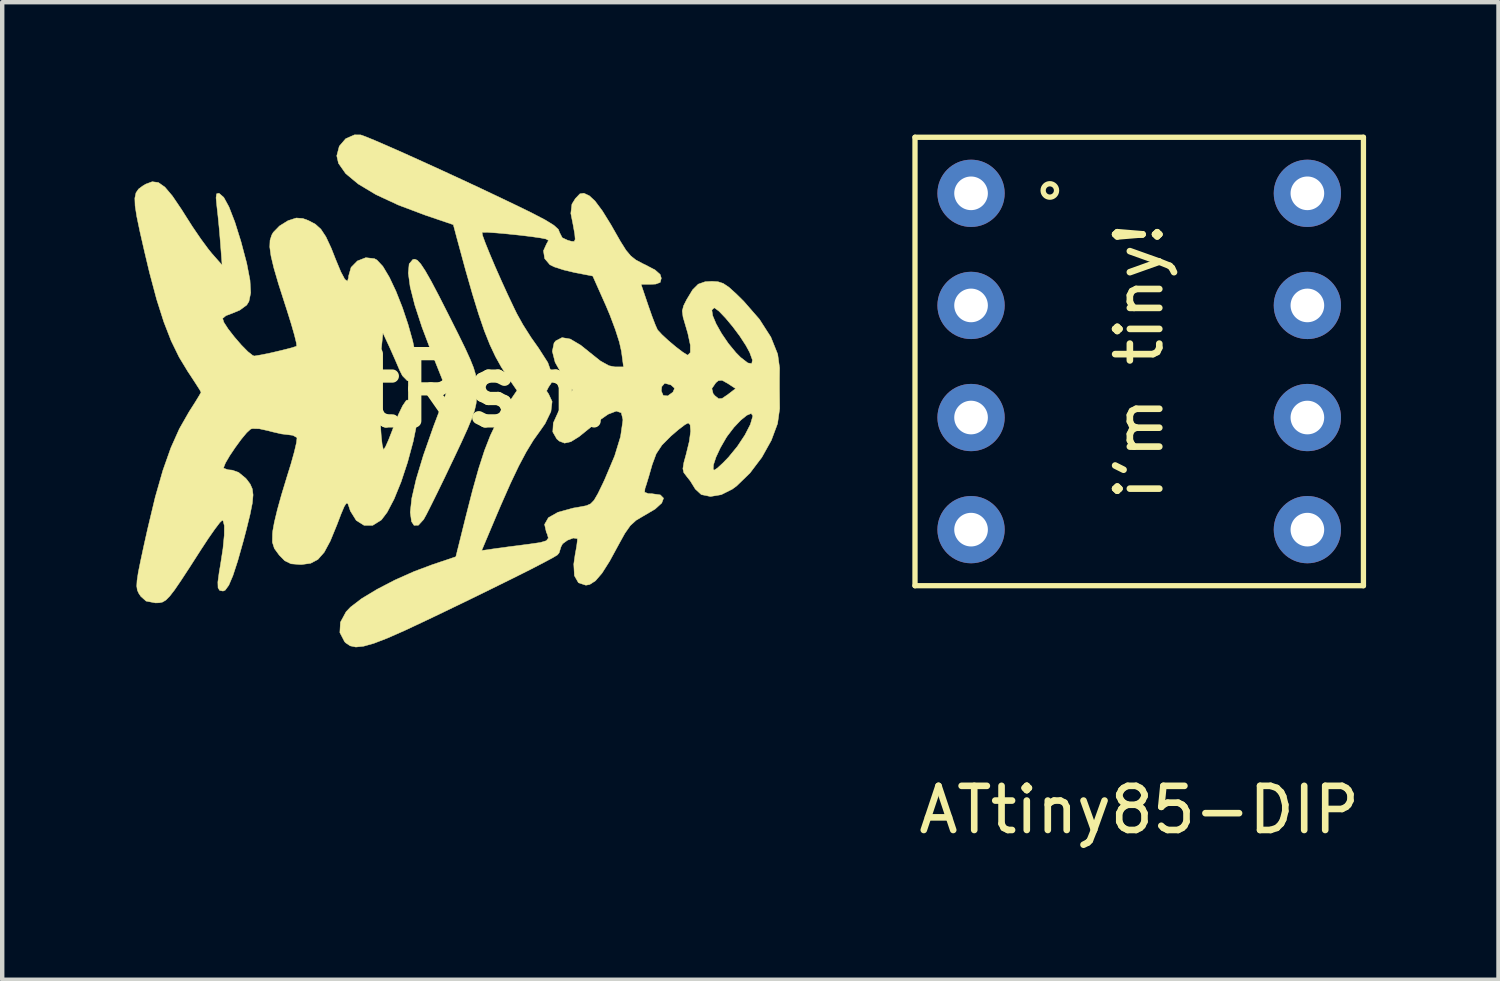
<source format=kicad_pcb>
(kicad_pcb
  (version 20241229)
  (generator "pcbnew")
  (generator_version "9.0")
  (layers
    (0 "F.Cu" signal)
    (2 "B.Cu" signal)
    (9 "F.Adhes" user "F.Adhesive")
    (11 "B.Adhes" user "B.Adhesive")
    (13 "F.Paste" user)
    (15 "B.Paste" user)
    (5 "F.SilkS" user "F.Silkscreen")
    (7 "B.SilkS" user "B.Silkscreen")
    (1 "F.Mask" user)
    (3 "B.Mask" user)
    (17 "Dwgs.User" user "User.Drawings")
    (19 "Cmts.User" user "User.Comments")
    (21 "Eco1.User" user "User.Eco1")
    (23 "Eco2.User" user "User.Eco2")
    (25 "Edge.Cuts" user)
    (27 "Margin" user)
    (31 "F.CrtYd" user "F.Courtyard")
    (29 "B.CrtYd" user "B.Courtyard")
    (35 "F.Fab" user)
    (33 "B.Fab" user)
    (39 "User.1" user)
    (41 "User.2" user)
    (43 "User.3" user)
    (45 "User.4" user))
  (footprint "atRsm"
    (layer "F.Cu")
    (at 7.254 5.797)
    (property "Reference" "atRsm" (at 0 0 0) (layer "F.SilkS") (effects (font (size 1.524 1.524) (thickness 0.3))))
    (attr through_hole)
    (fp_poly (pts (xy -0.848 -2.95) (xy -0.772 -2.867) (xy -0.67 -2.713) (xy -0.535 -2.476) (xy -0.359 -2.142) (xy -0.137 -1.705) (xy 0.076 -1.281) (xy 0.235 -0.956) (xy 0.348 -0.708) (xy 0.424 -0.519) (xy 0.47 -0.366) (xy 0.493 -0.231) (xy 0.501 -0.093) (xy 0.501 -0.001) (xy 0.498 0.158) (xy 0.482 0.303) (xy 0.447 0.455) (xy 0.384 0.638) (xy 0.286 0.874) (xy 0.145 1.184) (xy -0.047 1.591) (xy -0.054 1.604) (xy -0.232 1.978) (xy -0.398 2.319) (xy -0.539 2.604) (xy -0.645 2.813) (xy -0.706 2.923) (xy -0.707 2.924) (xy -0.825 3.053) (xy -0.924 3.055) (xy -0.98 2.97) (xy -1.009 2.759) (xy -0.974 2.44) (xy -0.875 2.011) (xy -0.712 1.471) (xy -0.483 0.818) (xy -0.297 0.325) (xy -0.177 0.014) (xy -0.52 -0.845) (xy -0.743 -1.435) (xy -0.907 -1.938) (xy -1.011 -2.348) (xy -1.053 -2.66) (xy -1.034 -2.868) (xy -0.951 -2.967) (xy -0.905 -2.974) (xy -0.848 -2.95)) (stroke (width 0.01) (type solid)) (fill yes) (layer "F.SilkS"))
    (fp_poly (pts (xy -6.716 -4.712) (xy -6.568 -4.608) (xy -6.399 -4.408) (xy -6.191 -4.101) (xy -6.128 -4.001) (xy -5.943 -3.71) (xy -5.754 -3.433) (xy -5.588 -3.208) (xy -5.506 -3.106) (xy -5.272 -2.841) (xy -5.31 -3.342) (xy -5.335 -3.645) (xy -5.365 -3.947) (xy -5.39 -4.17) (xy -5.409 -4.366) (xy -5.396 -4.457) (xy -5.344 -4.468) (xy -5.34 -4.467) (xy -5.234 -4.375) (xy -5.116 -4.159) (xy -4.983 -3.816) (xy -4.845 -3.376) (xy -4.714 -2.882) (xy -4.64 -2.498) (xy -4.624 -2.213) (xy -4.664 -2.017) (xy -4.714 -1.936) (xy -4.87 -1.821) (xy -5.037 -1.751) (xy -5.185 -1.695) (xy -5.26 -1.633) (xy -5.26 -1.632) (xy -5.232 -1.544) (xy -5.135 -1.394) (xy -4.994 -1.213) (xy -4.837 -1.031) (xy -4.688 -0.88) (xy -4.576 -0.792) (xy -4.54 -0.781) (xy -4.38 -0.808) (xy -4.166 -0.852) (xy -3.94 -0.905) (xy -3.741 -0.955) (xy -3.61 -0.994) (xy -3.582 -1.007) (xy -3.59 -1.08) (xy -3.633 -1.256) (xy -3.706 -1.51) (xy -3.803 -1.821) (xy -3.843 -1.944) (xy -3.993 -2.412) (xy -4.099 -2.774) (xy -4.164 -3.047) (xy -4.192 -3.25) (xy -4.186 -3.402) (xy -4.148 -3.521) (xy -4.114 -3.581) (xy -3.972 -3.727) (xy -3.783 -3.845) (xy -3.771 -3.85) (xy -3.592 -3.908) (xy -3.442 -3.897) (xy -3.317 -3.851) (xy -3.16 -3.769) (xy -3.034 -3.655) (xy -2.92 -3.483) (xy -2.801 -3.228) (xy -2.699 -2.97) (xy -2.581 -2.686) (xy -2.492 -2.52) (xy -2.433 -2.475) (xy -2.407 -2.555) (xy -2.406 -2.592) (xy -2.35 -2.789) (xy -2.207 -2.935) (xy -2.017 -3.009) (xy -1.821 -2.987) (xy -1.765 -2.957) (xy -1.63 -2.813) (xy -1.483 -2.567) (xy -1.332 -2.247) (xy -1.187 -1.88) (xy -1.058 -1.495) (xy -0.953 -1.12) (xy -0.883 -0.782) (xy -0.857 -0.51) (xy -0.878 -0.345) (xy -0.964 -0.221) (xy -1.074 -0.219) (xy -1.186 -0.333) (xy -1.246 -0.451) (xy -1.341 -0.673) (xy -1.453 -0.926) (xy -1.488 -1.003) (xy -1.628 -1.303) (xy -1.682 -0.769) (xy -1.698 -0.53) (xy -1.705 -0.233) (xy -1.705 0.098) (xy -1.697 0.436) (xy -1.685 0.754) (xy -1.667 1.027) (xy -1.645 1.227) (xy -1.62 1.329) (xy -1.611 1.337) (xy -1.571 1.278) (xy -1.501 1.122) (xy -1.413 0.897) (xy -1.376 0.796) (xy -1.278 0.546) (xy -1.182 0.347) (xy -1.104 0.232) (xy -1.084 0.217) (xy -0.963 0.228) (xy -0.874 0.34) (xy -0.833 0.521) (xy -0.842 0.665) (xy -0.941 1.15) (xy -1.07 1.628) (xy -1.217 2.072) (xy -1.374 2.458) (xy -1.532 2.759) (xy -1.663 2.933) (xy -1.858 3.055) (xy -2.056 3.055) (xy -2.233 2.944) (xy -2.366 2.73) (xy -2.397 2.636) (xy -2.424 2.561) (xy -2.456 2.553) (xy -2.504 2.627) (xy -2.577 2.799) (xy -2.67 3.043) (xy -2.821 3.411) (xy -2.959 3.667) (xy -3.102 3.829) (xy -3.265 3.915) (xy -3.466 3.943) (xy -3.5 3.944) (xy -3.71 3.927) (xy -3.854 3.857) (xy -3.979 3.729) (xy -4.088 3.579) (xy -4.133 3.438) (xy -4.13 3.245) (xy -4.123 3.177) (xy -4.088 2.984) (xy -4.02 2.701) (xy -3.927 2.366) (xy -3.82 2.014) (xy -3.812 1.987) (xy -3.713 1.668) (xy -3.636 1.392) (xy -3.588 1.187) (xy -3.575 1.077) (xy -3.577 1.068) (xy -3.669 1.016) (xy -3.77 1.003) (xy -3.927 0.984) (xy -4.14 0.935) (xy -4.225 0.912) (xy -4.431 0.867) (xy -4.587 0.863) (xy -4.625 0.875) (xy -4.714 0.956) (xy -4.838 1.105) (xy -4.974 1.291) (xy -5.101 1.48) (xy -5.196 1.643) (xy -5.237 1.745) (xy -5.234 1.762) (xy -5.14 1.796) (xy -5.041 1.805) (xy -4.897 1.857) (xy -4.737 1.989) (xy -4.714 2.015) (xy -4.635 2.121) (xy -4.587 2.231) (xy -4.57 2.367) (xy -4.587 2.552) (xy -4.638 2.807) (xy -4.724 3.156) (xy -4.789 3.404) (xy -4.918 3.861) (xy -5.027 4.195) (xy -5.12 4.413) (xy -5.202 4.525) (xy -5.25 4.545) (xy -5.326 4.531) (xy -5.364 4.471) (xy -5.368 4.341) (xy -5.338 4.119) (xy -5.308 3.944) (xy -5.252 3.579) (xy -5.223 3.279) (xy -5.221 3.064) (xy -5.249 2.953) (xy -5.269 2.941) (xy -5.325 2.994) (xy -5.435 3.139) (xy -5.584 3.352) (xy -5.754 3.611) (xy -6.008 4.007) (xy -6.203 4.305) (xy -6.349 4.519) (xy -6.46 4.662) (xy -6.546 4.749) (xy -6.621 4.794) (xy -6.695 4.81) (xy -6.781 4.813) (xy -6.994 4.772) (xy -7.115 4.664) (xy -7.162 4.593) (xy -7.193 4.523) (xy -7.206 4.433) (xy -7.199 4.306) (xy -7.171 4.121) (xy -7.118 3.859) (xy -7.041 3.501) (xy -6.959 3.135) (xy -6.787 2.416) (xy -6.614 1.812) (xy -6.434 1.302) (xy -6.24 0.868) (xy -6.025 0.491) (xy -6.014 0.473) (xy -5.885 0.271) (xy -5.791 0.117) (xy -5.749 0.042) (xy -5.748 0.04) (xy -5.783 -0.022) (xy -5.875 -0.166) (xy -6.005 -0.365) (xy -6.043 -0.421) (xy -6.245 -0.754) (xy -6.426 -1.125) (xy -6.593 -1.555) (xy -6.755 -2.064) (xy -6.917 -2.672) (xy -7.03 -3.146) (xy -7.133 -3.597) (xy -7.204 -3.936) (xy -7.243 -4.184) (xy -7.249 -4.358) (xy -7.223 -4.479) (xy -7.164 -4.565) (xy -7.071 -4.634) (xy -7.001 -4.676) (xy -6.855 -4.73) (xy -6.716 -4.712)) (stroke (width 0.01) (type solid)) (fill yes) (layer "F.SilkS"))
    (fp_poly (pts (xy -2.133 -5.791) (xy -2.026 -5.753) (xy -1.816 -5.667) (xy -1.521 -5.539) (xy -1.158 -5.379) (xy -0.746 -5.193) (xy -0.303 -4.991) (xy 0.154 -4.78) (xy 0.608 -4.568) (xy 1.039 -4.364) (xy 1.431 -4.176) (xy 1.738 -4.026) (xy 2.045 -3.866) (xy 2.243 -3.744) (xy 2.347 -3.65) (xy 2.373 -3.581) (xy 2.435 -3.46) (xy 2.564 -3.401) (xy 2.653 -3.377) (xy 2.707 -3.378) (xy 2.728 -3.426) (xy 2.718 -3.543) (xy 2.681 -3.751) (xy 2.629 -4.013) (xy 2.654 -4.222) (xy 2.731 -4.347) (xy 2.835 -4.456) (xy 2.925 -4.469) (xy 3.048 -4.412) (xy 3.176 -4.294) (xy 3.344 -4.069) (xy 3.54 -3.752) (xy 3.591 -3.662) (xy 3.755 -3.375) (xy 3.879 -3.178) (xy 3.988 -3.048) (xy 4.104 -2.956) (xy 4.252 -2.877) (xy 4.316 -2.847) (xy 4.539 -2.73) (xy 4.653 -2.629) (xy 4.679 -2.544) (xy 4.654 -2.449) (xy 4.553 -2.411) (xy 4.45 -2.406) (xy 4.22 -2.406) (xy 4.384 -1.922) (xy 4.469 -1.68) (xy 4.543 -1.487) (xy 4.592 -1.377) (xy 4.597 -1.37) (xy 4.692 -1.267) (xy 4.841 -1.129) (xy 5.01 -0.987) (xy 5.163 -0.87) (xy 5.265 -0.806) (xy 5.281 -0.802) (xy 5.337 -0.861) (xy 5.337 -1.028) (xy 5.28 -1.294) (xy 5.234 -1.451) (xy 5.172 -1.662) (xy 5.154 -1.8) (xy 5.16 -1.823) (xy 5.824 -1.823) (xy 5.843 -1.695) (xy 5.921 -1.51) (xy 6.043 -1.293) (xy 6.197 -1.067) (xy 6.37 -0.857) (xy 6.478 -0.748) (xy 6.639 -0.624) (xy 6.728 -0.608) (xy 6.744 -0.69) (xy 6.681 -0.863) (xy 6.595 -1.021) (xy 6.459 -1.23) (xy 6.297 -1.447) (xy 6.132 -1.644) (xy 5.989 -1.794) (xy 5.89 -1.868) (xy 5.876 -1.872) (xy 5.824 -1.823) (xy 5.16 -1.823) (xy 5.183 -1.918) (xy 5.251 -2.054) (xy 5.388 -2.281) (xy 5.516 -2.409) (xy 5.672 -2.464) (xy 5.827 -2.473) (xy 5.963 -2.464) (xy 6.081 -2.426) (xy 6.211 -2.339) (xy 6.381 -2.185) (xy 6.546 -2.022) (xy 6.901 -1.615) (xy 7.161 -1.21) (xy 7.316 -0.823) (xy 7.359 -0.511) (xy 7.356 -0.27) (xy 7.356 -0.042) (xy 7.359 0.231) (xy 7.361 0.409) (xy 7.313 0.75) (xy 7.172 1.129) (xy 6.958 1.513) (xy 6.689 1.869) (xy 6.387 2.162) (xy 6.287 2.236) (xy 6.037 2.361) (xy 5.792 2.402) (xy 5.585 2.359) (xy 5.448 2.232) (xy 5.443 2.223) (xy 5.336 2.05) (xy 5.252 1.944) (xy 5.188 1.86) (xy 5.172 1.788) (xy 5.855 1.788) (xy 5.878 1.805) (xy 5.949 1.759) (xy 6.077 1.641) (xy 6.203 1.511) (xy 6.402 1.268) (xy 6.573 1.01) (xy 6.696 0.771) (xy 6.75 0.588) (xy 6.751 0.569) (xy 6.714 0.521) (xy 6.616 0.562) (xy 6.48 0.672) (xy 6.325 0.835) (xy 6.175 1.031) (xy 6.145 1.077) (xy 6.017 1.299) (xy 5.918 1.511) (xy 5.861 1.684) (xy 5.855 1.788) (xy 5.172 1.788) (xy 5.168 1.77) (xy 5.191 1.63) (xy 5.241 1.448) (xy 5.313 1.154) (xy 5.344 0.923) (xy 5.332 0.776) (xy 5.288 0.735) (xy 5.211 0.777) (xy 5.068 0.886) (xy 4.899 1.031) (xy 4.693 1.238) (xy 4.563 1.435) (xy 4.472 1.681) (xy 4.462 1.716) (xy 4.396 1.946) (xy 4.338 2.136) (xy 4.309 2.223) (xy 4.301 2.305) (xy 4.383 2.336) (xy 4.467 2.339) (xy 4.657 2.366) (xy 4.73 2.44) (xy 4.689 2.55) (xy 4.54 2.686) (xy 4.285 2.837) (xy 4.278 2.84) (xy 4.108 2.941) (xy 3.976 3.062) (xy 3.852 3.239) (xy 3.715 3.487) (xy 3.507 3.869) (xy 3.335 4.14) (xy 3.188 4.311) (xy 3.056 4.396) (xy 2.97 4.412) (xy 2.802 4.357) (xy 2.71 4.196) (xy 2.696 3.933) (xy 2.725 3.729) (xy 2.761 3.53) (xy 2.778 3.393) (xy 2.776 3.356) (xy 2.685 3.343) (xy 2.554 3.392) (xy 2.443 3.473) (xy 2.406 3.542) (xy 2.363 3.68) (xy 2.323 3.727) (xy 2.22 3.789) (xy 2.009 3.902) (xy 1.702 4.061) (xy 1.31 4.257) (xy 0.846 4.486) (xy 0.323 4.742) (xy -0.248 5.018) (xy -0.641 5.206) (xy -1.137 5.439) (xy -1.53 5.612) (xy -1.836 5.73) (xy -2.068 5.795) (xy -2.241 5.813) (xy -2.37 5.786) (xy -2.47 5.719) (xy -2.496 5.693) (xy -2.604 5.485) (xy -2.591 5.251) (xy -2.463 5.014) (xy -2.361 4.907) (xy -2.111 4.716) (xy -1.765 4.507) (xy -1.359 4.296) (xy -0.924 4.102) (xy -0.516 3.949) (xy 0.024 3.767) (xy 0.059 3.626) (xy 0.609 3.626) (xy 0.956 3.577) (xy 1.236 3.539) (xy 1.549 3.499) (xy 1.686 3.481) (xy 1.937 3.445) (xy 2.074 3.404) (xy 2.12 3.344) (xy 2.094 3.251) (xy 2.075 3.214) (xy 2.034 3.034) (xy 2.121 2.882) (xy 2.337 2.759) (xy 2.683 2.664) (xy 2.851 2.635) (xy 2.982 2.61) (xy 3.077 2.568) (xy 3.157 2.485) (xy 3.244 2.335) (xy 3.36 2.096) (xy 3.4 2.009) (xy 3.622 1.483) (xy 3.756 1.045) (xy 3.808 0.683) (xy 3.808 0.652) (xy 3.772 0.505) (xy 3.66 0.467) (xy 3.475 0.538) (xy 3.216 0.718) (xy 3.075 0.836) (xy 2.818 1.044) (xy 2.63 1.161) (xy 2.487 1.193) (xy 2.368 1.147) (xy 2.311 1.098) (xy 2.22 0.939) (xy 2.232 0.736) (xy 2.35 0.475) (xy 2.438 0.337) (xy 2.657 0.011) (xy 4.679 0.011) (xy 4.723 0.113) (xy 4.825 0.123) (xy 4.942 0.038) (xy 4.978 -0.044) (xy 5.824 -0.044) (xy 5.854 0.073) (xy 5.895 0.12) (xy 5.977 0.186) (xy 6.056 0.18) (xy 6.183 0.095) (xy 6.206 0.077) (xy 6.362 -0.043) (xy 6.187 -0.158) (xy 6.055 -0.231) (xy 5.97 -0.222) (xy 5.914 -0.175) (xy 5.824 -0.044) (xy 4.978 -0.044) (xy 4.981 -0.05) (xy 4.903 -0.121) (xy 4.893 -0.127) (xy 4.756 -0.164) (xy 4.689 -0.087) (xy 4.679 0.011) (xy 2.657 0.011) (xy 2.67 -0.008) (xy 2.438 -0.346) (xy 2.273 -0.639) (xy 2.21 -0.888) (xy 2.249 -1.076) (xy 2.286 -1.123) (xy 2.43 -1.198) (xy 2.616 -1.166) (xy 2.853 -1.026) (xy 3.048 -0.869) (xy 3.3 -0.668) (xy 3.494 -0.561) (xy 3.626 -0.535) (xy 3.823 -0.535) (xy 3.776 -0.886) (xy 3.729 -1.096) (xy 3.637 -1.383) (xy 3.517 -1.703) (xy 3.428 -1.915) (xy 3.126 -2.593) (xy 2.716 -2.672) (xy 2.471 -2.73) (xy 2.26 -2.798) (xy 2.156 -2.848) (xy 2.037 -2.988) (xy 2.009 -3.166) (xy 2.08 -3.323) (xy 2.083 -3.327) (xy 2.123 -3.399) (xy 2.067 -3.432) (xy 1.94 -3.457) (xy 1.732 -3.487) (xy 1.474 -3.518) (xy 1.202 -3.546) (xy 0.948 -3.569) (xy 0.747 -3.583) (xy 0.631 -3.584) (xy 0.617 -3.58) (xy 0.63 -3.51) (xy 0.691 -3.343) (xy 0.789 -3.101) (xy 0.913 -2.808) (xy 1.055 -2.487) (xy 1.204 -2.161) (xy 1.35 -1.853) (xy 1.407 -1.737) (xy 1.545 -1.489) (xy 1.727 -1.202) (xy 1.898 -0.96) (xy 2.108 -0.632) (xy 2.203 -0.365) (xy 2.182 -0.161) (xy 2.126 -0.08) (xy 2.08 0.011) (xy 2.126 0.08) (xy 2.205 0.25) (xy 2.178 0.478) (xy 2.046 0.751) (xy 1.945 0.896) (xy 1.779 1.128) (xy 1.618 1.393) (xy 1.449 1.711) (xy 1.262 2.104) (xy 1.046 2.593) (xy 0.944 2.832) (xy 0.609 3.626) (xy 0.059 3.626) (xy 0.247 2.87) (xy 0.402 2.264) (xy 0.541 1.769) (xy 0.673 1.361) (xy 0.806 1.02) (xy 0.948 0.723) (xy 1.107 0.45) (xy 1.216 0.284) (xy 1.41 0) (xy 1.202 -0.302) (xy 1.055 -0.529) (xy 0.922 -0.768) (xy 0.796 -1.036) (xy 0.671 -1.349) (xy 0.542 -1.725) (xy 0.402 -2.179) (xy 0.244 -2.73) (xy 0.064 -3.393) (xy 0.053 -3.432) (xy -0.033 -3.756) (xy -0.668 -3.972) (xy -1.279 -4.202) (xy -1.788 -4.439) (xy -2.187 -4.678) (xy -2.472 -4.915) (xy -2.635 -5.147) (xy -2.674 -5.317) (xy -2.617 -5.535) (xy -2.472 -5.704) (xy -2.273 -5.792) (xy -2.133 -5.791)) (stroke (width 0.01) (type solid)) (fill yes) (layer "F.SilkS")))
  (footprint "ATtiny85-DIP"
    (layer "F.Cu")
    (at 22.761 5.14)
    (property "Reference" "ATtiny85-DIP" (at 0 10.16 0) (layer "F.SilkS") (effects (font (size 1 1) (thickness 0.15))))
    (attr through_hole)
    (fp_line (start -5.08 -5.08) (end -5.08 5.08) (stroke (width 0.12) (type solid)) (layer "F.SilkS"))
    (fp_line (start -5.08 5.08) (end 5.08 5.08) (stroke (width 0.12) (type solid)) (layer "F.SilkS"))
    (fp_line (start 5.08 -5.08) (end -5.08 -5.08) (stroke (width 0.12) (type solid)) (layer "F.SilkS"))
    (fp_line (start 5.08 5.08) (end 5.08 -5.08) (stroke (width 0.12) (type solid)) (layer "F.SilkS"))
    (fp_circle (center -2.025 -3.875) (end -2 -4.025) (stroke (width 0.12) (type solid)) (fill no) (layer "F.SilkS"))
    (fp_text user "i'm tiny!" (at 0 0 90) (layer "F.SilkS") (effects (font (size 1 1) (thickness 0.15))))
    (pad "1" thru_hole circle (at -3.81 -3.81) (size 1.524 1.524) (drill 0.762) (layers "*.Cu" "*.Mask"))
    (pad "2" thru_hole circle (at -3.81 -1.27) (size 1.524 1.524) (drill 0.762) (layers "*.Cu" "*.Mask"))
    (pad "3" thru_hole circle (at -3.81 1.27) (size 1.524 1.524) (drill 0.762) (layers "*.Cu" "*.Mask"))
    (pad "4" thru_hole circle (at -3.81 3.81) (size 1.524 1.524) (drill 0.762) (layers "*.Cu" "*.Mask"))
    (pad "5" thru_hole circle (at 3.81 3.81) (size 1.524 1.524) (drill 0.762) (layers "*.Cu" "*.Mask"))
    (pad "6" thru_hole circle (at 3.81 1.27) (size 1.524 1.524) (drill 0.762) (layers "*.Cu" "*.Mask"))
    (pad "7" thru_hole circle (at 3.81 -1.27) (size 1.524 1.524) (drill 0.762) (layers "*.Cu" "*.Mask"))
    (pad "8" thru_hole circle (at 3.81 -3.81) (size 1.524 1.524) (drill 0.762) (layers "*.Cu" "*.Mask")))
  (gr_rect
    (start -3 -3)
    (end 30.901 19.148)
    (stroke (width 0.1) (type default))
    (fill no)
    (layer "Edge.Cuts")))
</source>
